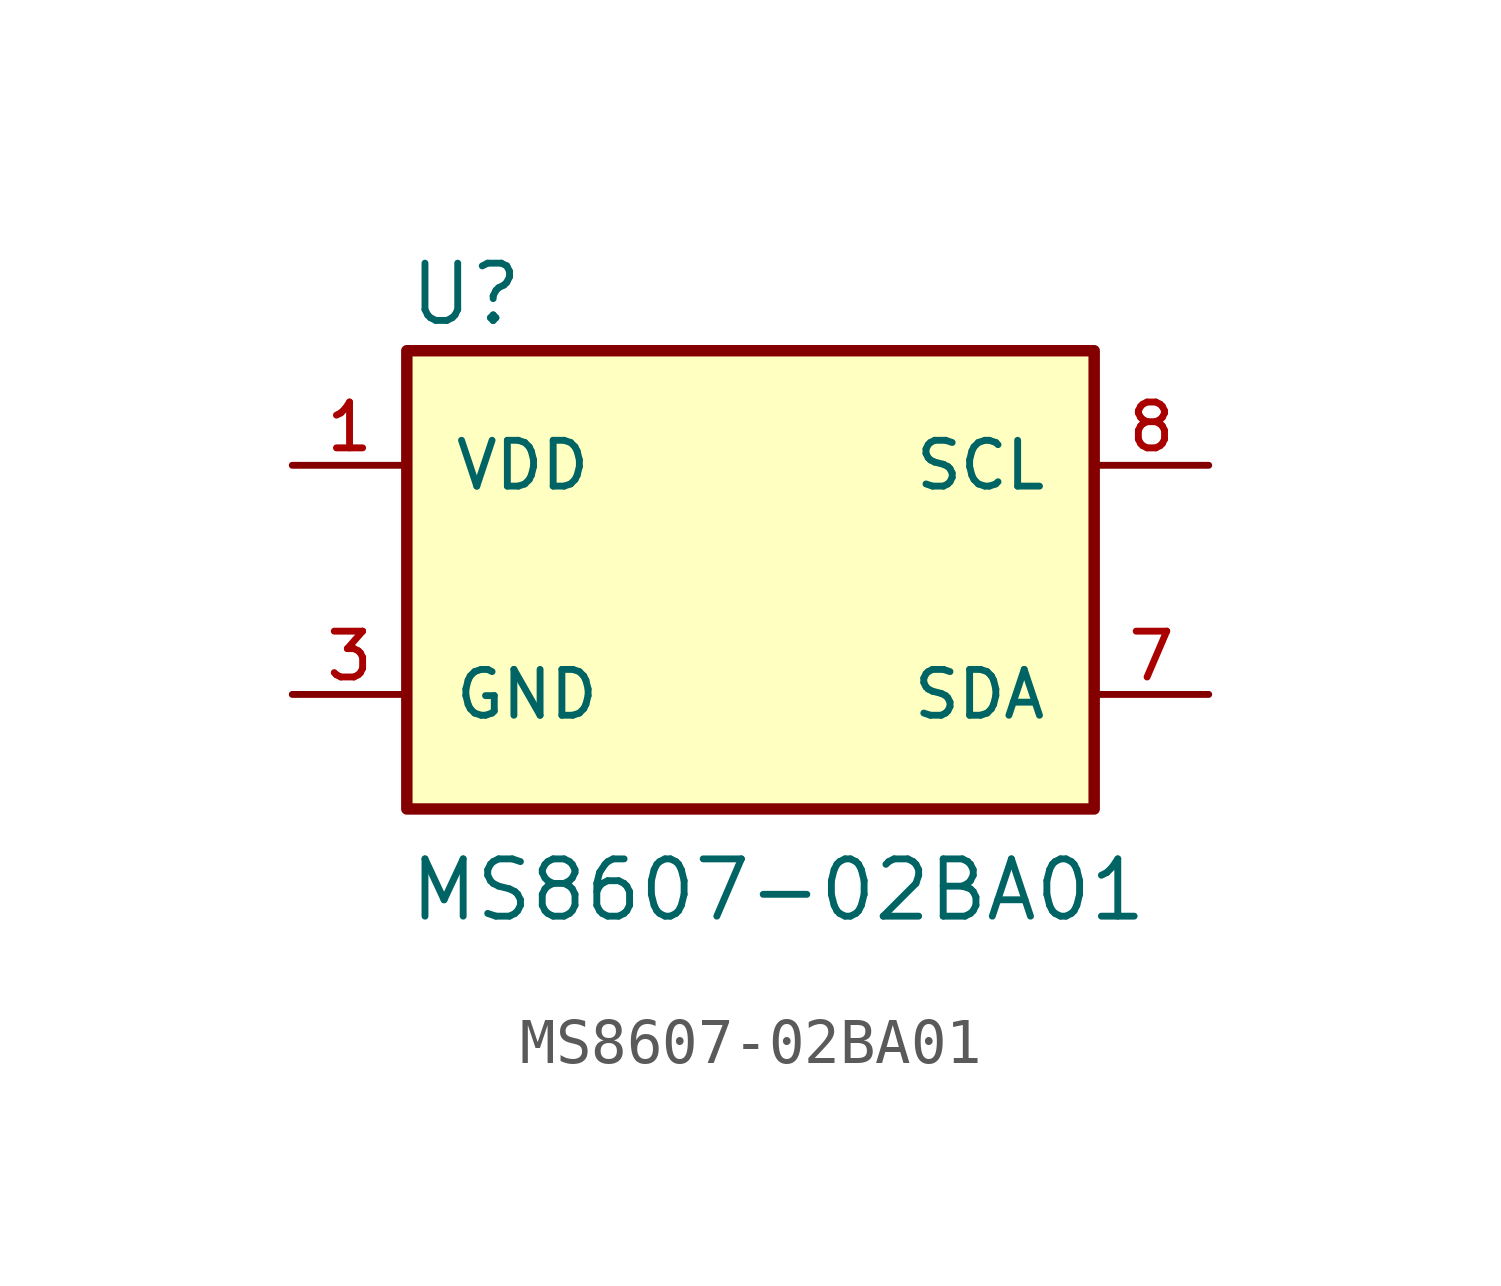
<source format=kicad_sym>
(kicad_symbol_lib
  (version 20211014)
  (generator kicad_symbol_editor)
  (symbol "MS8607-02BA01"
    (pin_names
      (offset 1.016))
    (property "Reference" "U"
      (at -7.62 5.588 0)
      (effects (font (size 1.27 1.27)) (justify bottom left)))
    (property "Value" "MS8607-02BA01"
      (at -7.62 -7.62 0)
      (effects (font (size 1.27 1.27)) (justify bottom left)))
    (symbol "MS8607-02BA01_0_0"
      (rectangle (start -7.62 -5.08) (end 7.62 5.08) (stroke (width 0.254)) (fill (type background)))
      (pin power_in line (at -10.16 -2.54 0) (length 2.54) (name "GND" (effects (font (size 1.016 1.016)))) (number "3" (effects (font (size 1.016 1.016)))))
      (pin bidirectional line (at 10.16 2.54 180.0) (length 2.54) (name "SCL" (effects (font (size 1.016 1.016)))) (number "8" (effects (font (size 1.016 1.016)))))
      (pin bidirectional line (at 10.16 -2.54 180.0) (length 2.54) (name "SDA" (effects (font (size 1.016 1.016)))) (number "7" (effects (font (size 1.016 1.016)))))
      (pin power_in line (at -10.16 2.54 0) (length 2.54) (name "VDD" (effects (font (size 1.016 1.016)))) (number "1" (effects (font (size 1.016 1.016))))))))
</source>
